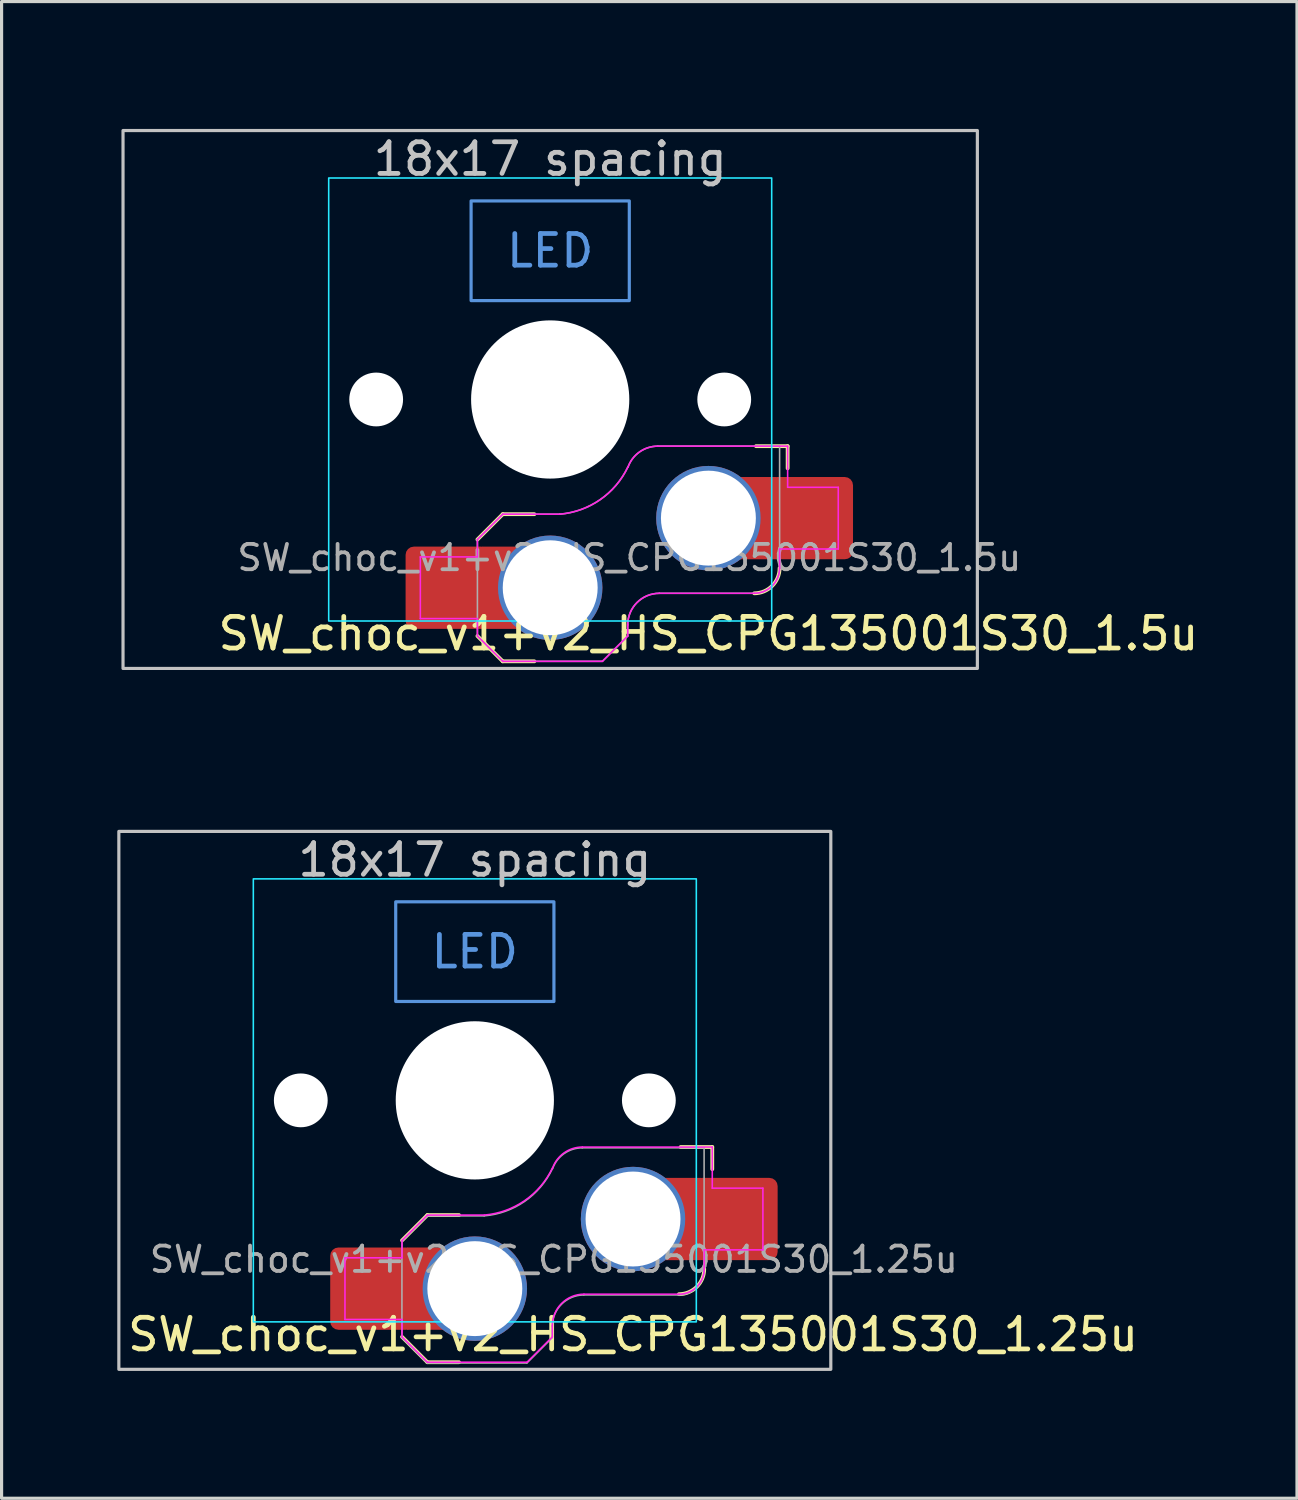
<source format=kicad_pcb>
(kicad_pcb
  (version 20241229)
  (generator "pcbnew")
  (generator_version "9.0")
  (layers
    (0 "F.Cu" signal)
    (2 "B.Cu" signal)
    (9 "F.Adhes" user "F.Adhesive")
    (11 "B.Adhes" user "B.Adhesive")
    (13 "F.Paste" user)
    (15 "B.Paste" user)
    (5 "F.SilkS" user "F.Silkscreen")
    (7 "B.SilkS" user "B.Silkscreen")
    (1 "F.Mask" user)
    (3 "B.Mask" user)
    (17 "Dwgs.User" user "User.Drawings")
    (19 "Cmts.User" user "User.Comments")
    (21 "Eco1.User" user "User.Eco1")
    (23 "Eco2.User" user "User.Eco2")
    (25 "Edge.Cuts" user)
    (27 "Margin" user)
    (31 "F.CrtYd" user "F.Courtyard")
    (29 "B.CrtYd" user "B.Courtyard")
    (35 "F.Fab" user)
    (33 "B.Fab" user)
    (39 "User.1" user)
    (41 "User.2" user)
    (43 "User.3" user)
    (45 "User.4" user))
  (footprint "SW_choc_v1+v2_HS_CPG135001S30_1.5u"
    (layer "F.Cu")
    (at 14.338 9.575)
    (property "Reference" "SW_choc_v1+v2_HS_CPG135001S30_1.5u" (at 5 7.4 180) (layer "F.SilkS") (effects (font (size 1 1) (thickness 0.15))))
    (attr smd)
    (fp_line (start -2.3 7.475) (end -1.5 8.275) (stroke (width 0.12) (type solid)) (layer "F.SilkS"))
    (fp_line (start -1.5 3.625) (end -2.3 4.425) (stroke (width 0.12) (type solid)) (layer "F.SilkS"))
    (fp_line (start -1.5 3.625) (end -0.5 3.625) (stroke (width 0.12) (type solid)) (layer "F.SilkS"))
    (fp_line (start -1.5 8.275) (end -0.5 8.275) (stroke (width 0.12) (type solid)) (layer "F.SilkS"))
    (fp_line (start 7.504 1.475) (end 6.504 1.475) (stroke (width 0.12) (type solid)) (layer "F.SilkS"))
    (fp_line (start 7.504 1.475) (end 7.504 2.175) (stroke (width 0.12) (type solid)) (layer "F.SilkS"))
    (fp_arc (start 7.25 5.325) (mid 7.015685 5.890685) (end 6.45 6.125) (stroke (width 0.12) (type solid)) (layer "F.SilkS"))
    (fp_rect (start -13.5 -8.5) (end 13.5 8.5) (stroke (width 0.1) (type default)) (fill no) (layer "Dwgs.User"))
    (fp_rect (start -2.5 -6.275) (end 2.5 -3.125) (stroke (width 0.1) (type default)) (fill no) (layer "Cmts.User"))
    (fp_rect (start -14.287 -9.525) (end 14.287 9.525) (stroke (width 0.1) (type default)) (fill no) (layer "Eco1.User"))
    (fp_line (start -6.95 -6.45) (end -6.95 6.45) (stroke (width 0.05) (type solid)) (layer "Eco2.User"))
    (fp_line (start -6.45 6.95) (end 6.45 6.95) (stroke (width 0.05) (type solid)) (layer "Eco2.User"))
    (fp_line (start 6.45 -6.95) (end -6.45 -6.95) (stroke (width 0.05) (type solid)) (layer "Eco2.User"))
    (fp_line (start 6.95 6.45) (end 6.95 -6.45) (stroke (width 0.05) (type solid)) (layer "Eco2.User"))
    (fp_arc (start -6.95 -6.45) (mid -6.803553 -6.803553) (end -6.45 -6.95) (stroke (width 0.05) (type solid)) (layer "Eco2.User"))
    (fp_arc (start -6.45 6.95) (mid -6.803553 6.803553) (end -6.95 6.45) (stroke (width 0.05) (type solid)) (layer "Eco2.User"))
    (fp_arc (start 6.45 -6.95) (mid 6.803553 -6.803553) (end 6.95 -6.45) (stroke (width 0.05) (type solid)) (layer "Eco2.User"))
    (fp_arc (start 6.95 6.45) (mid 6.803553 6.803553) (end 6.45 6.95) (stroke (width 0.05) (type solid)) (layer "Eco2.User"))
    (fp_rect (start -7 -7) (end 7 7) (stroke (width 0.05) (type default)) (fill no) (layer "B.CrtYd"))
    (fp_line (start -4.104 4.975) (end -4.104 6.925) (stroke (width 0.05) (type solid)) (layer "F.CrtYd"))
    (fp_line (start -4.104 4.975) (end -2.3 4.975) (stroke (width 0.05) (type solid)) (layer "F.CrtYd"))
    (fp_line (start -4.104 6.925) (end -2.3 6.925) (stroke (width 0.05) (type solid)) (layer "F.CrtYd"))
    (fp_line (start -2.3 4.975) (end -2.3 4.425) (stroke (width 0.05) (type solid)) (layer "F.CrtYd"))
    (fp_line (start -2.3 7.475) (end -2.3 6.925) (stroke (width 0.05) (type solid)) (layer "F.CrtYd"))
    (fp_line (start -2.3 7.475) (end -1.5 8.275) (stroke (width 0.05) (type solid)) (layer "F.CrtYd"))
    (fp_line (start -1.5 3.625) (end -2.3 4.425) (stroke (width 0.05) (type solid)) (layer "F.CrtYd"))
    (fp_line (start -1.5 3.625) (end 0.3 3.625) (stroke (width 0.05) (type solid)) (layer "F.CrtYd"))
    (fp_line (start -1.5 8.275) (end 1.65 8.275) (stroke (width 0.05) (type solid)) (layer "F.CrtYd"))
    (fp_line (start 2.45 7.475) (end 1.65 8.275) (stroke (width 0.05) (type solid)) (layer "F.CrtYd"))
    (fp_line (start 2.45 7.475) (end 2.45 7.125) (stroke (width 0.05) (type solid)) (layer "F.CrtYd"))
    (fp_line (start 3.45 6.125) (end 6.45 6.125) (stroke (width 0.05) (type solid)) (layer "F.CrtYd"))
    (fp_line (start 7.25 4.725) (end 9.104 4.725) (stroke (width 0.05) (type solid)) (layer "F.CrtYd"))
    (fp_line (start 7.25 5.325) (end 7.25 4.725) (stroke (width 0.05) (type solid)) (layer "F.CrtYd"))
    (fp_line (start 7.504 1.475) (end 3.4 1.475) (stroke (width 0.05) (type solid)) (layer "F.CrtYd"))
    (fp_line (start 7.504 1.475) (end 7.504 2.175) (stroke (width 0.05) (type solid)) (layer "F.CrtYd"))
    (fp_line (start 7.504 2.175) (end 7.504 2.775) (stroke (width 0.05) (type solid)) (layer "F.CrtYd"))
    (fp_line (start 9.104 2.775) (end 7.504 2.775) (stroke (width 0.05) (type solid)) (layer "F.CrtYd"))
    (fp_line (start 9.104 4.725) (end 9.104 2.775) (stroke (width 0.05) (type solid)) (layer "F.CrtYd"))
    (fp_arc (start 2.45 7.125) (mid 2.742893 6.417893) (end 3.45 6.125) (stroke (width 0.05) (type solid)) (layer "F.CrtYd"))
    (fp_arc (start 2.455444 2.13293) (mid 1.577272 3.167235) (end 0.299999 3.624999) (stroke (width 0.05) (type solid)) (layer "F.CrtYd"))
    (fp_arc (start 2.460307 2.13298) (mid 2.826423 1.655848) (end 3.4 1.475) (stroke (width 0.05) (type solid)) (layer "F.CrtYd"))
    (fp_arc (start 7.25 5.325) (mid 7.015685 5.890685) (end 6.45 6.125) (stroke (width 0.05) (type solid)) (layer "F.CrtYd"))
    (fp_line (start -2.3 7.475) (end -2.3 4.425) (stroke (width 0.05) (type solid)) (layer "F.Fab"))
    (fp_line (start -2.3 7.475) (end -1.5 8.275) (stroke (width 0.05) (type solid)) (layer "F.Fab"))
    (fp_line (start -1.5 3.625) (end -2.3 4.425) (stroke (width 0.05) (type solid)) (layer "F.Fab"))
    (fp_line (start -1.5 3.625) (end 0.3 3.625) (stroke (width 0.05) (type solid)) (layer "F.Fab"))
    (fp_line (start -1.5 8.275) (end 1.65 8.275) (stroke (width 0.05) (type solid)) (layer "F.Fab"))
    (fp_line (start 2.45 7.475) (end 1.65 8.275) (stroke (width 0.05) (type solid)) (layer "F.Fab"))
    (fp_line (start 2.45 7.475) (end 2.45 7.125) (stroke (width 0.05) (type solid)) (layer "F.Fab"))
    (fp_line (start 3.45 6.125) (end 6.45 6.125) (stroke (width 0.05) (type solid)) (layer "F.Fab"))
    (fp_line (start 7.25 1.475) (end 3.4 1.475) (stroke (width 0.05) (type solid)) (layer "F.Fab"))
    (fp_line (start 7.25 5.325) (end 7.25 1.475) (stroke (width 0.05) (type solid)) (layer "F.Fab"))
    (fp_arc (start 2.45 7.125) (mid 2.742893 6.417893) (end 3.45 6.125) (stroke (width 0.05) (type solid)) (layer "F.Fab"))
    (fp_arc (start 2.455444 2.13293) (mid 1.577272 3.167235) (end 0.299999 3.624999) (stroke (width 0.05) (type solid)) (layer "F.Fab"))
    (fp_arc (start 2.460307 2.13298) (mid 2.826423 1.655848) (end 3.4 1.475) (stroke (width 0.05) (type solid)) (layer "F.Fab"))
    (fp_arc (start 7.25 5.325) (mid 7.015685 5.890685) (end 6.45 6.125) (stroke (width 0.05) (type solid)) (layer "F.Fab"))
    (fp_text user "18x17 spacing" (at 0 -7.6 180) (layer "Dwgs.User") (effects (font (size 1 1) (thickness 0.15))))
    (fp_text user "LED" (at 0 -4.7 0) (unlocked yes) (layer "Cmts.User") (effects (font (size 1 1) (thickness 0.15))))
    (fp_text user "19.05 spacing" (at 0 -8.7 180) (layer "Eco1.User") (effects (font (size 1 1) (thickness 0.15))))
    (fp_text user "${REFERENCE}" (at 2.5 5 0) (layer "F.Fab") (effects (font (size 0.8 0.8) (thickness 0.12))))
    (pad "" np_thru_hole circle (at -5.5 0 180) (size 1.7 1.7) (drill 1.7) (layers "*.Cu" "*.Mask"))
    (pad "" np_thru_hole circle (at 0 0 180) (size 5 5) (drill 5) (layers "*.Cu" "*.Mask"))
    (pad "" np_thru_hole circle (at 5.5 0 180) (size 1.7 1.7) (drill 1.7) (layers "*.Cu" "*.Mask"))
    (pad "1" thru_hole circle (at 5 3.75) (size 3.3 3.3) (drill 3) (layers "*.Cu" "F.Mask"))
    (pad "1" smd rect (at 6.55 3.75) (size 1.2 2.6) (layers "F.Cu"))
    (pad "1" smd roundrect (at 8.245 3.75) (size 2.65 2.6) (layers "F.Cu" "F.Mask" "F.Paste") (roundrect_rratio 0.1))
    (pad "2" smd roundrect (at -3.245 5.95) (size 2.65 2.6) (layers "F.Cu" "F.Mask" "F.Paste") (roundrect_rratio 0.1))
    (pad "2" smd rect (at -1.55 5.95 180) (size 1.2 2.6) (layers "F.Cu"))
    (pad "2" thru_hole circle (at 0 5.95) (size 3.3 3.3) (drill 3) (layers "*.Cu" "F.Mask")))
  (footprint "SW_choc_v1+v2_HS_CPG135001S30_1.25u"
    (layer "F.Cu")
    (at 11.956 31.725)
    (property "Reference" "SW_choc_v1+v2_HS_CPG135001S30_1.25u" (at 5 7.4 180) (layer "F.SilkS") (effects (font (size 1 1) (thickness 0.15))))
    (attr smd)
    (fp_line (start -2.3 7.475) (end -1.5 8.275) (stroke (width 0.12) (type solid)) (layer "F.SilkS"))
    (fp_line (start -1.5 3.625) (end -2.3 4.425) (stroke (width 0.12) (type solid)) (layer "F.SilkS"))
    (fp_line (start -1.5 3.625) (end -0.5 3.625) (stroke (width 0.12) (type solid)) (layer "F.SilkS"))
    (fp_line (start -1.5 8.275) (end -0.5 8.275) (stroke (width 0.12) (type solid)) (layer "F.SilkS"))
    (fp_line (start 7.504 1.475) (end 6.504 1.475) (stroke (width 0.12) (type solid)) (layer "F.SilkS"))
    (fp_line (start 7.504 1.475) (end 7.504 2.175) (stroke (width 0.12) (type solid)) (layer "F.SilkS"))
    (fp_arc (start 7.25 5.325) (mid 7.015685 5.890685) (end 6.45 6.125) (stroke (width 0.12) (type solid)) (layer "F.SilkS"))
    (fp_rect (start -11.25 -8.5) (end 11.25 8.5) (stroke (width 0.1) (type default)) (fill no) (layer "Dwgs.User"))
    (fp_rect (start -2.5 -6.275) (end 2.5 -3.125) (stroke (width 0.1) (type default)) (fill no) (layer "Cmts.User"))
    (fp_rect (start -11.906 -9.525) (end 11.906 9.525) (stroke (width 0.1) (type default)) (fill no) (layer "Eco1.User"))
    (fp_line (start -6.95 -6.45) (end -6.95 6.45) (stroke (width 0.05) (type solid)) (layer "Eco2.User"))
    (fp_line (start -6.45 6.95) (end 6.45 6.95) (stroke (width 0.05) (type solid)) (layer "Eco2.User"))
    (fp_line (start 6.45 -6.95) (end -6.45 -6.95) (stroke (width 0.05) (type solid)) (layer "Eco2.User"))
    (fp_line (start 6.95 6.45) (end 6.95 -6.45) (stroke (width 0.05) (type solid)) (layer "Eco2.User"))
    (fp_arc (start -6.95 -6.45) (mid -6.803553 -6.803553) (end -6.45 -6.95) (stroke (width 0.05) (type solid)) (layer "Eco2.User"))
    (fp_arc (start -6.45 6.95) (mid -6.803553 6.803553) (end -6.95 6.45) (stroke (width 0.05) (type solid)) (layer "Eco2.User"))
    (fp_arc (start 6.45 -6.95) (mid 6.803553 -6.803553) (end 6.95 -6.45) (stroke (width 0.05) (type solid)) (layer "Eco2.User"))
    (fp_arc (start 6.95 6.45) (mid 6.803553 6.803553) (end 6.45 6.95) (stroke (width 0.05) (type solid)) (layer "Eco2.User"))
    (fp_rect (start -7 -7) (end 7 7) (stroke (width 0.05) (type default)) (fill no) (layer "B.CrtYd"))
    (fp_line (start -4.104 4.975) (end -4.104 6.925) (stroke (width 0.05) (type solid)) (layer "F.CrtYd"))
    (fp_line (start -4.104 4.975) (end -2.3 4.975) (stroke (width 0.05) (type solid)) (layer "F.CrtYd"))
    (fp_line (start -4.104 6.925) (end -2.3 6.925) (stroke (width 0.05) (type solid)) (layer "F.CrtYd"))
    (fp_line (start -2.3 4.975) (end -2.3 4.425) (stroke (width 0.05) (type solid)) (layer "F.CrtYd"))
    (fp_line (start -2.3 7.475) (end -2.3 6.925) (stroke (width 0.05) (type solid)) (layer "F.CrtYd"))
    (fp_line (start -2.3 7.475) (end -1.5 8.275) (stroke (width 0.05) (type solid)) (layer "F.CrtYd"))
    (fp_line (start -1.5 3.625) (end -2.3 4.425) (stroke (width 0.05) (type solid)) (layer "F.CrtYd"))
    (fp_line (start -1.5 3.625) (end 0.3 3.625) (stroke (width 0.05) (type solid)) (layer "F.CrtYd"))
    (fp_line (start -1.5 8.275) (end 1.65 8.275) (stroke (width 0.05) (type solid)) (layer "F.CrtYd"))
    (fp_line (start 2.45 7.475) (end 1.65 8.275) (stroke (width 0.05) (type solid)) (layer "F.CrtYd"))
    (fp_line (start 2.45 7.475) (end 2.45 7.125) (stroke (width 0.05) (type solid)) (layer "F.CrtYd"))
    (fp_line (start 3.45 6.125) (end 6.45 6.125) (stroke (width 0.05) (type solid)) (layer "F.CrtYd"))
    (fp_line (start 7.25 4.725) (end 9.104 4.725) (stroke (width 0.05) (type solid)) (layer "F.CrtYd"))
    (fp_line (start 7.25 5.325) (end 7.25 4.725) (stroke (width 0.05) (type solid)) (layer "F.CrtYd"))
    (fp_line (start 7.504 1.475) (end 3.4 1.475) (stroke (width 0.05) (type solid)) (layer "F.CrtYd"))
    (fp_line (start 7.504 1.475) (end 7.504 2.175) (stroke (width 0.05) (type solid)) (layer "F.CrtYd"))
    (fp_line (start 7.504 2.175) (end 7.504 2.775) (stroke (width 0.05) (type solid)) (layer "F.CrtYd"))
    (fp_line (start 9.104 2.775) (end 7.504 2.775) (stroke (width 0.05) (type solid)) (layer "F.CrtYd"))
    (fp_line (start 9.104 4.725) (end 9.104 2.775) (stroke (width 0.05) (type solid)) (layer "F.CrtYd"))
    (fp_arc (start 2.45 7.125) (mid 2.742893 6.417893) (end 3.45 6.125) (stroke (width 0.05) (type solid)) (layer "F.CrtYd"))
    (fp_arc (start 2.455444 2.13293) (mid 1.577272 3.167235) (end 0.299999 3.624999) (stroke (width 0.05) (type solid)) (layer "F.CrtYd"))
    (fp_arc (start 2.460307 2.13298) (mid 2.826423 1.655848) (end 3.4 1.475) (stroke (width 0.05) (type solid)) (layer "F.CrtYd"))
    (fp_arc (start 7.25 5.325) (mid 7.015685 5.890685) (end 6.45 6.125) (stroke (width 0.05) (type solid)) (layer "F.CrtYd"))
    (fp_line (start -2.304 7.5) (end -2.304 4.45) (stroke (width 0.05) (type solid)) (layer "F.Fab"))
    (fp_line (start -2.304 7.5) (end -1.504 8.3) (stroke (width 0.05) (type solid)) (layer "F.Fab"))
    (fp_line (start -1.504 3.65) (end -2.304 4.45) (stroke (width 0.05) (type solid)) (layer "F.Fab"))
    (fp_line (start -1.504 3.65) (end 0.296 3.65) (stroke (width 0.05) (type solid)) (layer "F.Fab"))
    (fp_line (start -1.504 8.3) (end 1.646 8.3) (stroke (width 0.05) (type solid)) (layer "F.Fab"))
    (fp_line (start 2.446 7.5) (end 1.646 8.3) (stroke (width 0.05) (type solid)) (layer "F.Fab"))
    (fp_line (start 2.446 7.5) (end 2.446 7.15) (stroke (width 0.05) (type solid)) (layer "F.Fab"))
    (fp_line (start 3.446 6.15) (end 6.446 6.15) (stroke (width 0.05) (type solid)) (layer "F.Fab"))
    (fp_line (start 7.246 1.5) (end 3.396 1.5) (stroke (width 0.05) (type solid)) (layer "F.Fab"))
    (fp_line (start 7.246 5.35) (end 7.246 1.5) (stroke (width 0.05) (type solid)) (layer "F.Fab"))
    (fp_arc (start 2.446 7.15) (mid 2.738893 6.442893) (end 3.446 6.15) (stroke (width 0.05) (type solid)) (layer "F.Fab"))
    (fp_arc (start 2.451444 2.15793) (mid 1.573272 3.192235) (end 0.295999 3.649999) (stroke (width 0.05) (type solid)) (layer "F.Fab"))
    (fp_arc (start 2.456307 2.15798) (mid 2.822423 1.680848) (end 3.396 1.5) (stroke (width 0.05) (type solid)) (layer "F.Fab"))
    (fp_arc (start 7.246 5.35) (mid 7.011685 5.915685) (end 6.446 6.15) (stroke (width 0.05) (type solid)) (layer "F.Fab"))
    (fp_text user "18x17 spacing" (at 0 -7.6 180) (layer "Dwgs.User") (effects (font (size 1 1) (thickness 0.15))))
    (fp_text user "LED" (at 0 -4.7 0) (unlocked yes) (layer "Cmts.User") (effects (font (size 1 1) (thickness 0.15))))
    (fp_text user "19.05 spacing" (at 0 -8.7 180) (layer "Eco1.User") (effects (font (size 1 1) (thickness 0.15))))
    (fp_text user "${REFERENCE}" (at 2.496 5.025 0) (layer "F.Fab") (effects (font (size 0.8 0.8) (thickness 0.12))))
    (pad "" np_thru_hole circle (at -5.5 0 180) (size 1.7 1.7) (drill 1.7) (layers "*.Cu" "*.Mask"))
    (pad "" np_thru_hole circle (at 0 0 180) (size 5 5) (drill 5) (layers "*.Cu" "*.Mask"))
    (pad "" np_thru_hole circle (at 5.5 0 180) (size 1.7 1.7) (drill 1.7) (layers "*.Cu" "*.Mask"))
    (pad "1" thru_hole circle (at 5 3.75) (size 3.3 3.3) (drill 3) (layers "*.Cu" "F.Mask"))
    (pad "1" smd rect (at 6.55 3.75) (size 1.2 2.6) (layers "F.Cu"))
    (pad "1" smd roundrect (at 8.245 3.75) (size 2.65 2.6) (layers "F.Cu" "F.Mask" "F.Paste") (roundrect_rratio 0.1))
    (pad "2" smd roundrect (at -3.245 5.95) (size 2.65 2.6) (layers "F.Cu" "F.Mask" "F.Paste") (roundrect_rratio 0.1))
    (pad "2" smd rect (at -1.55 5.95 180) (size 1.2 2.6) (layers "F.Cu"))
    (pad "2" thru_hole circle (at 0 5.95) (size 3.3 3.3) (drill 3) (layers "*.Cu" "F.Mask")))
  (gr_rect
    (start -3 -3)
    (end 37.939 44.3)
    (stroke (width 0.1) (type default))
    (fill no)
    (layer "Edge.Cuts")))
</source>
